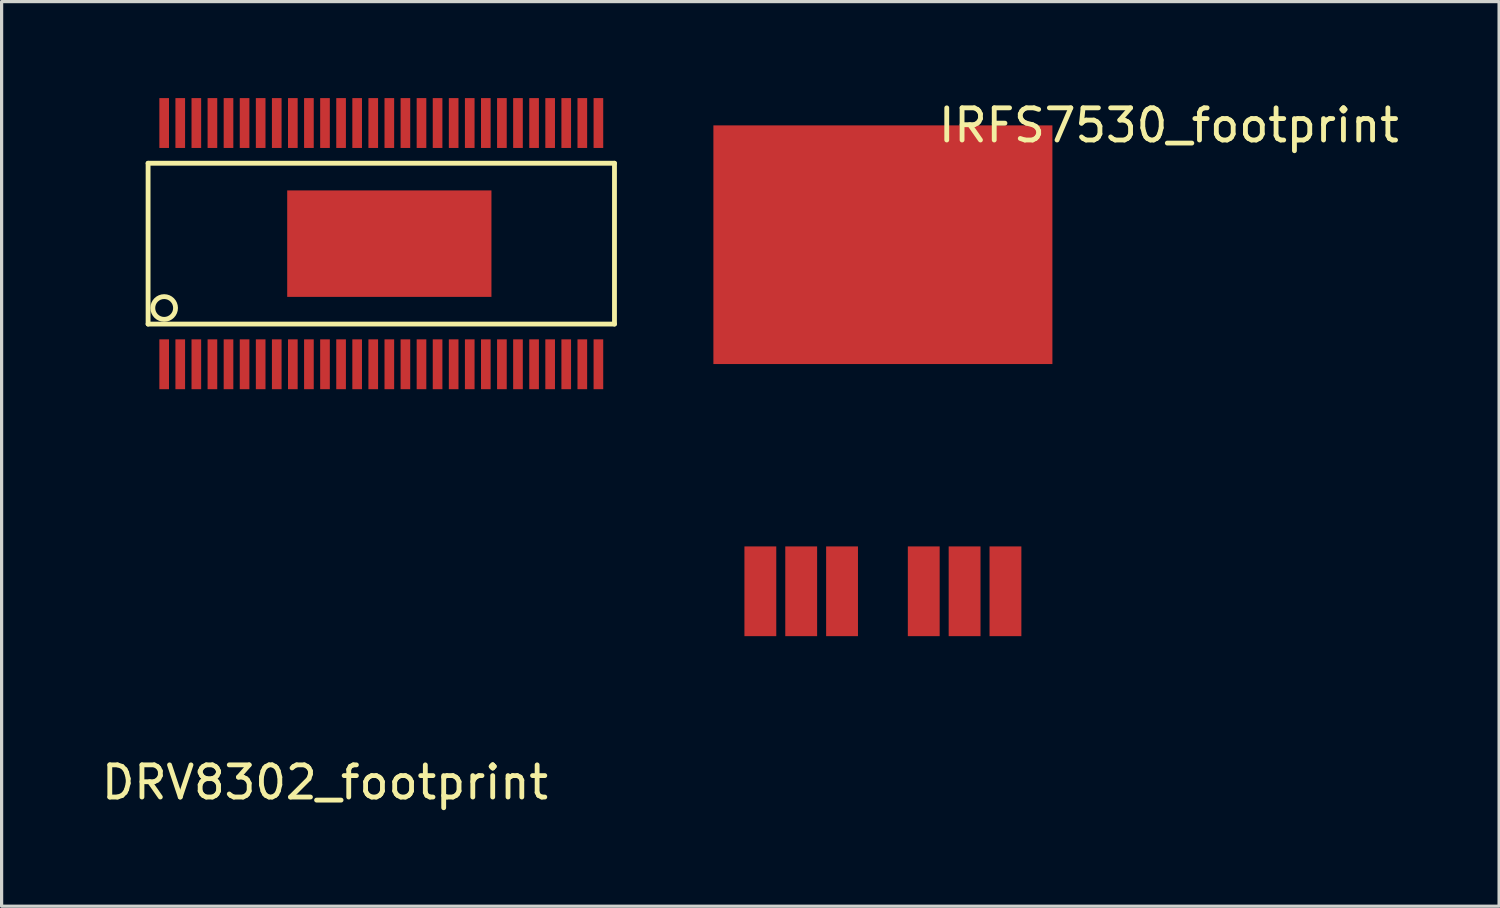
<source format=kicad_pcb>
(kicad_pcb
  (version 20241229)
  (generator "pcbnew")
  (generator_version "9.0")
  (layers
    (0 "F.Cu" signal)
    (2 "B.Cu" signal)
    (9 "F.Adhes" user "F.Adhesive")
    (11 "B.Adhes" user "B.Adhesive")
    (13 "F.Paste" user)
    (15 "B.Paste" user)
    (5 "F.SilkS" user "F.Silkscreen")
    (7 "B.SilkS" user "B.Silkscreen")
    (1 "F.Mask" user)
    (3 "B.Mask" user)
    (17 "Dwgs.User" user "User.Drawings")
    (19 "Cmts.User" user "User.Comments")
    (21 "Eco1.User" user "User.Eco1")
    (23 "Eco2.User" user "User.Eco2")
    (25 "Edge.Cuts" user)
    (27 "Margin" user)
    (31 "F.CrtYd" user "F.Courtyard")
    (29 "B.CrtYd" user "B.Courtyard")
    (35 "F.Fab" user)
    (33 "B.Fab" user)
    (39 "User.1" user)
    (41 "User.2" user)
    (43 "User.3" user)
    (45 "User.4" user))
  (footprint "IRFS7530_footprint"
    (layer "F.Cu")
    (at 20.589 16.728)
    (property "Reference" "IRFS7530_footprint" (at 12.7 -15.88 0) (layer "F.SilkS") (effects (font (size 1 1) (thickness 0.15))))
    (attr through_hole)
    (pad "D" smd rect (at 3.81 -12.17) (size 10.54 7.42) (layers "F.Cu" "F.Mask" "F.Paste"))
    (pad "G" smd rect (at 0 -1.395) (size 0.99 2.79) (layers "F.Cu" "F.Mask" "F.Paste"))
    (pad "S" smd rect (at 1.27 -1.395) (size 0.99 2.79) (layers "F.Cu" "F.Mask" "F.Paste"))
    (pad "S" smd rect (at 2.54 -1.395) (size 0.99 2.79) (layers "F.Cu" "F.Mask" "F.Paste"))
    (pad "S" smd rect (at 5.08 -1.395) (size 0.99 2.79) (layers "F.Cu" "F.Mask" "F.Paste"))
    (pad "S" smd rect (at 6.35 -1.395) (size 0.99 2.79) (layers "F.Cu" "F.Mask" "F.Paste"))
    (pad "S" smd rect (at 7.62 -1.395) (size 0.99 2.79) (layers "F.Cu" "F.Mask" "F.Paste")))
  (footprint "DRV8302_footprint"
    (layer "F.Cu")
    (at 2.054 8.275)
    (property "Reference" "DRV8302_footprint" (at 5 13 0) (layer "F.SilkS") (effects (font (size 1 1) (thickness 0.15))))
    (attr through_hole)
    (fp_line (start -0.5 -6.25) (end 14 -6.25) (stroke (width 0.15) (type solid)) (layer "F.SilkS"))
    (fp_line (start -0.5 -1.25) (end -0.5 -6.25) (stroke (width 0.15) (type solid)) (layer "F.SilkS"))
    (fp_line (start 14 -6.25) (end 14 -1.25) (stroke (width 0.15) (type solid)) (layer "F.SilkS"))
    (fp_line (start 14 -1.25) (end -0.5 -1.25) (stroke (width 0.15) (type solid)) (layer "F.SilkS"))
    (fp_circle (center 0 -1.75) (end 0.25 -2) (stroke (width 0.15) (type solid)) (fill no) (layer "F.SilkS"))
    (pad "1" smd rect (at 0 0) (size 0.3 1.55) (layers "F.Cu" "F.Mask" "F.Paste"))
    (pad "2" smd rect (at 0.5 0) (size 0.3 1.55) (layers "F.Cu" "F.Mask" "F.Paste"))
    (pad "3" smd rect (at 1 0) (size 0.3 1.55) (layers "F.Cu" "F.Mask" "F.Paste"))
    (pad "4" smd rect (at 1.5 0) (size 0.3 1.55) (layers "F.Cu" "F.Mask" "F.Paste"))
    (pad "5" smd rect (at 2 0) (size 0.3 1.55) (layers "F.Cu" "F.Mask" "F.Paste"))
    (pad "6" smd rect (at 2.5 0) (size 0.3 1.55) (layers "F.Cu" "F.Mask" "F.Paste"))
    (pad "7" smd rect (at 3 0) (size 0.3 1.55) (layers "F.Cu" "F.Mask" "F.Paste"))
    (pad "8" smd rect (at 3.5 0) (size 0.3 1.55) (layers "F.Cu" "F.Mask" "F.Paste"))
    (pad "9" smd rect (at 4 0) (size 0.3 1.55) (layers "F.Cu" "F.Mask" "F.Paste"))
    (pad "10" smd rect (at 4.5 0) (size 0.3 1.55) (layers "F.Cu" "F.Mask" "F.Paste"))
    (pad "11" smd rect (at 5 0) (size 0.3 1.55) (layers "F.Cu" "F.Mask" "F.Paste"))
    (pad "12" smd rect (at 5.5 0) (size 0.3 1.55) (layers "F.Cu" "F.Mask" "F.Paste"))
    (pad "13" smd rect (at 6 0) (size 0.3 1.55) (layers "F.Cu" "F.Mask" "F.Paste"))
    (pad "14" smd rect (at 6.5 0) (size 0.3 1.55) (layers "F.Cu" "F.Mask" "F.Paste"))
    (pad "15" smd rect (at 7 0) (size 0.3 1.55) (layers "F.Cu" "F.Mask" "F.Paste"))
    (pad "16" smd rect (at 7.5 0) (size 0.3 1.55) (layers "F.Cu" "F.Mask" "F.Paste"))
    (pad "17" smd rect (at 8 0) (size 0.3 1.55) (layers "F.Cu" "F.Mask" "F.Paste"))
    (pad "18" smd rect (at 8.5 0) (size 0.3 1.55) (layers "F.Cu" "F.Mask" "F.Paste"))
    (pad "19" smd rect (at 9 0) (size 0.3 1.55) (layers "F.Cu" "F.Mask" "F.Paste"))
    (pad "20" smd rect (at 9.5 0) (size 0.3 1.55) (layers "F.Cu" "F.Mask" "F.Paste"))
    (pad "21" smd rect (at 10 0) (size 0.3 1.55) (layers "F.Cu" "F.Mask" "F.Paste"))
    (pad "22" smd rect (at 10.5 0) (size 0.3 1.55) (layers "F.Cu" "F.Mask" "F.Paste"))
    (pad "23" smd rect (at 11 0) (size 0.3 1.55) (layers "F.Cu" "F.Mask" "F.Paste"))
    (pad "24" smd rect (at 11.5 0) (size 0.3 1.55) (layers "F.Cu" "F.Mask" "F.Paste"))
    (pad "25" smd rect (at 12 0) (size 0.3 1.55) (layers "F.Cu" "F.Mask" "F.Paste"))
    (pad "26" smd rect (at 12.5 0) (size 0.3 1.55) (layers "F.Cu" "F.Mask" "F.Paste"))
    (pad "27" smd rect (at 13 0) (size 0.3 1.55) (layers "F.Cu" "F.Mask" "F.Paste"))
    (pad "28" smd rect (at 13.5 0) (size 0.3 1.55) (layers "F.Cu" "F.Mask" "F.Paste"))
    (pad "29" smd rect (at 13.5 -7.5) (size 0.3 1.55) (layers "F.Cu" "F.Mask" "F.Paste"))
    (pad "30" smd rect (at 13 -7.5) (size 0.3 1.55) (layers "F.Cu" "F.Mask" "F.Paste"))
    (pad "31" smd rect (at 12.5 -7.5) (size 0.3 1.55) (layers "F.Cu" "F.Mask" "F.Paste"))
    (pad "32" smd rect (at 12 -7.5) (size 0.3 1.55) (layers "F.Cu" "F.Mask" "F.Paste"))
    (pad "33" smd rect (at 11.5 -7.5) (size 0.3 1.55) (layers "F.Cu" "F.Mask" "F.Paste"))
    (pad "34" smd rect (at 11 -7.5) (size 0.3 1.55) (layers "F.Cu" "F.Mask" "F.Paste"))
    (pad "35" smd rect (at 10.5 -7.5) (size 0.3 1.55) (layers "F.Cu" "F.Mask" "F.Paste"))
    (pad "36" smd rect (at 10 -7.5) (size 0.3 1.55) (layers "F.Cu" "F.Mask" "F.Paste"))
    (pad "37" smd rect (at 9.5 -7.5) (size 0.3 1.55) (layers "F.Cu" "F.Mask" "F.Paste"))
    (pad "38" smd rect (at 9 -7.5) (size 0.3 1.55) (layers "F.Cu" "F.Mask" "F.Paste"))
    (pad "39" smd rect (at 8.5 -7.5) (size 0.3 1.55) (layers "F.Cu" "F.Mask" "F.Paste"))
    (pad "40" smd rect (at 8 -7.5) (size 0.3 1.55) (layers "F.Cu" "F.Mask" "F.Paste"))
    (pad "41" smd rect (at 7.5 -7.5) (size 0.3 1.55) (layers "F.Cu" "F.Mask" "F.Paste"))
    (pad "42" smd rect (at 7 -7.5) (size 0.3 1.55) (layers "F.Cu" "F.Mask" "F.Paste"))
    (pad "43" smd rect (at 6.5 -7.5) (size 0.3 1.55) (layers "F.Cu" "F.Mask" "F.Paste"))
    (pad "44" smd rect (at 6 -7.5) (size 0.3 1.55) (layers "F.Cu" "F.Mask" "F.Paste"))
    (pad "45" smd rect (at 5.5 -7.5) (size 0.3 1.55) (layers "F.Cu" "F.Mask" "F.Paste"))
    (pad "46" smd rect (at 5 -7.5) (size 0.3 1.55) (layers "F.Cu" "F.Mask" "F.Paste"))
    (pad "47" smd rect (at 4.5 -7.5) (size 0.3 1.55) (layers "F.Cu" "F.Mask" "F.Paste"))
    (pad "48" smd rect (at 4 -7.5) (size 0.3 1.55) (layers "F.Cu" "F.Mask" "F.Paste"))
    (pad "49" smd rect (at 3.5 -7.5) (size 0.3 1.55) (layers "F.Cu" "F.Mask" "F.Paste"))
    (pad "50" smd rect (at 3 -7.5) (size 0.3 1.55) (layers "F.Cu" "F.Mask" "F.Paste"))
    (pad "51" smd rect (at 2.5 -7.5) (size 0.3 1.55) (layers "F.Cu" "F.Mask" "F.Paste"))
    (pad "52" smd rect (at 2 -7.5) (size 0.3 1.55) (layers "F.Cu" "F.Mask" "F.Paste"))
    (pad "53" smd rect (at 1.5 -7.5) (size 0.3 1.55) (layers "F.Cu" "F.Mask" "F.Paste"))
    (pad "54" smd rect (at 1 -7.5) (size 0.3 1.55) (layers "F.Cu" "F.Mask" "F.Paste"))
    (pad "55" smd rect (at 0.5 -7.5) (size 0.3 1.55) (layers "F.Cu" "F.Mask" "F.Paste"))
    (pad "56" smd rect (at 0 -7.5) (size 0.3 1.55) (layers "F.Cu" "F.Mask" "F.Paste"))
    (pad "57" smd rect (at 7 -3.75) (size 6.35 3.31) (layers "F.Cu" "F.Mask" "F.Paste")))
  (gr_rect
    (start -3 -3)
    (end 43.556 25.123)
    (stroke (width 0.1) (type default))
    (fill no)
    (layer "Edge.Cuts")))
</source>
